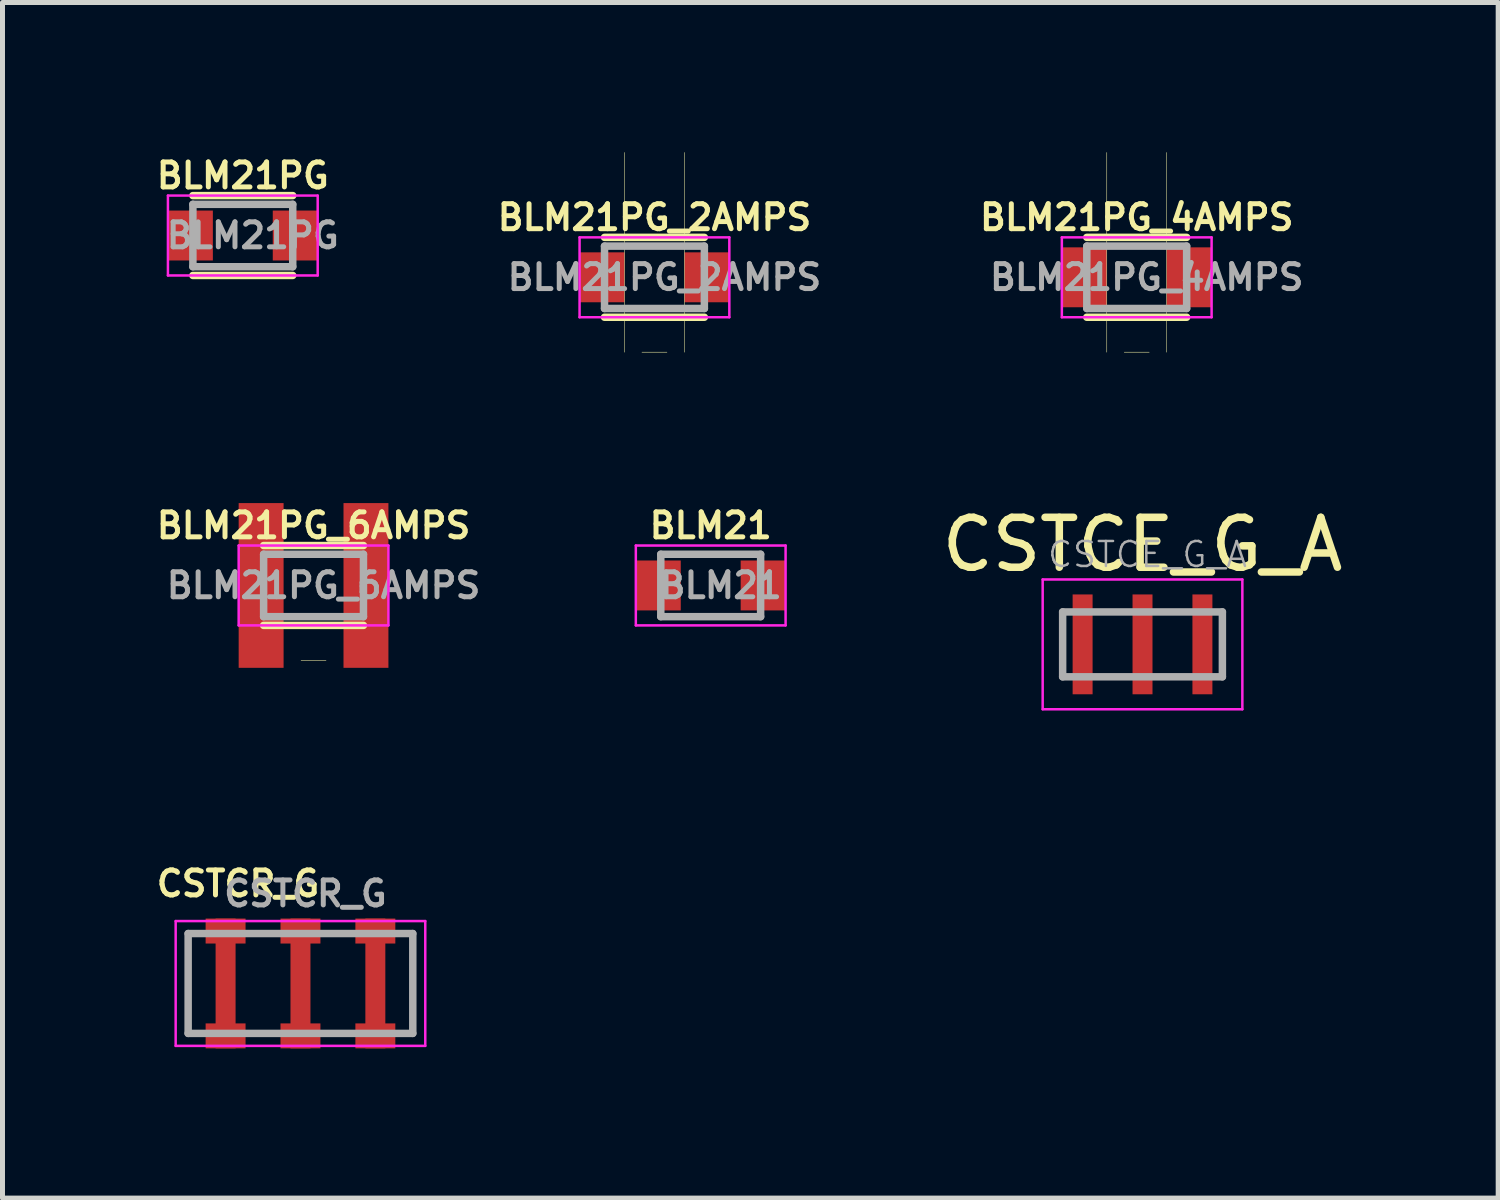
<source format=kicad_pcb>
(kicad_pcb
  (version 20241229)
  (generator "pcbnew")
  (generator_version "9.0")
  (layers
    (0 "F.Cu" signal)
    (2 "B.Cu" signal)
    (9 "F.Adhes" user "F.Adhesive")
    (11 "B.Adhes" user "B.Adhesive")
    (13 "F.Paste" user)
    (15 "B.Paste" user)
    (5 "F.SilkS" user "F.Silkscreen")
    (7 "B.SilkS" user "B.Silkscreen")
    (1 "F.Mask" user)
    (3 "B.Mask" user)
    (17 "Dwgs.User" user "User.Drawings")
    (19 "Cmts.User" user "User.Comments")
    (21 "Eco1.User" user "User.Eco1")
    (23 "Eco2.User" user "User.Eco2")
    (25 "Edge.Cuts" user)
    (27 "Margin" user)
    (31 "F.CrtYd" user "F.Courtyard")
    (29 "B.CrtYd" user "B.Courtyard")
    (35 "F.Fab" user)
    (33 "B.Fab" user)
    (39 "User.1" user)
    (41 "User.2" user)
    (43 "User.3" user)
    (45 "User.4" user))
  (footprint "BLM21PG_4AMPS"
    (layer "F.Cu")
    (at 19.721 2.505)
    (property "Reference" "BLM21PG_4AMPS" (at 0 -1.2 0) (layer "F.SilkS") (effects (font (size 0.5 0.5) (thickness 0.1))))
    (attr smd)
    (fp_line (start -1 0.8) (end 1 0.8) (stroke (width 0.15) (type solid)) (layer "F.SilkS"))
    (fp_line (start -0.6 -2.5) (end -0.6 1.5) (stroke (width 0.01) (type solid)) (layer "F.SilkS"))
    (fp_line (start -0.25 1.5) (end 0.25 1.5) (stroke (width 0.01) (type solid)) (layer "F.SilkS"))
    (fp_line (start 0.6 1.5) (end 0.6 -2.5) (stroke (width 0.01) (type solid)) (layer "F.SilkS"))
    (fp_line (start 1 -0.8) (end -1 -0.8) (stroke (width 0.15) (type solid)) (layer "F.SilkS"))
    (fp_line (start -1.5 -0.8) (end -1.5 0.8) (stroke (width 0.05) (type solid)) (layer "F.CrtYd"))
    (fp_line (start -1.5 -0.8) (end 1.5 -0.8) (stroke (width 0.05) (type solid)) (layer "F.CrtYd"))
    (fp_line (start -1.5 0.8) (end 1.5 0.8) (stroke (width 0.05) (type solid)) (layer "F.CrtYd"))
    (fp_line (start 1.5 -0.8) (end 1.5 0.8) (stroke (width 0.05) (type solid)) (layer "F.CrtYd"))
    (fp_line (start -1 -0.625) (end -1 0.625) (stroke (width 0.15) (type solid)) (layer "F.Fab"))
    (fp_line (start -1 0.625) (end 1 0.625) (stroke (width 0.15) (type solid)) (layer "F.Fab"))
    (fp_line (start 1 -0.625) (end -1 -0.625) (stroke (width 0.15) (type solid)) (layer "F.Fab"))
    (fp_line (start 1 0.625) (end 1 -0.625) (stroke (width 0.15) (type solid)) (layer "F.Fab"))
    (fp_text user "${REFERENCE}" (at 0.2 0 0) (layer "F.Fab") (effects (font (size 0.5 0.5) (thickness 0.1))))
    (pad "1" smd rect (at -1.05 0) (size 0.9 1.2) (layers "F.Cu" "F.Mask" "F.Paste"))
    (pad "2" smd rect (at 1.05 0) (size 0.9 1.2) (layers "F.Cu" "F.Mask" "F.Paste")))
  (footprint "BLM21PG"
    (layer "F.Cu")
    (at 1.814 1.668)
    (property "Reference" "BLM21PG" (at 0 -1.2 0) (layer "F.SilkS") (effects (font (size 0.5 0.5) (thickness 0.1))))
    (attr smd)
    (fp_line (start -1 0.8) (end 1 0.8) (stroke (width 0.15) (type solid)) (layer "F.SilkS"))
    (fp_line (start 1 -0.8) (end -1 -0.8) (stroke (width 0.15) (type solid)) (layer "F.SilkS"))
    (fp_line (start -1.5 -0.8) (end -1.5 0.8) (stroke (width 0.05) (type solid)) (layer "F.CrtYd"))
    (fp_line (start -1.5 -0.8) (end 1.5 -0.8) (stroke (width 0.05) (type solid)) (layer "F.CrtYd"))
    (fp_line (start -1.5 0.8) (end 1.5 0.8) (stroke (width 0.05) (type solid)) (layer "F.CrtYd"))
    (fp_line (start 1.5 -0.8) (end 1.5 0.8) (stroke (width 0.05) (type solid)) (layer "F.CrtYd"))
    (fp_line (start -1 -0.625) (end -1 0.625) (stroke (width 0.15) (type solid)) (layer "F.Fab"))
    (fp_line (start -1 0.625) (end 1 0.625) (stroke (width 0.15) (type solid)) (layer "F.Fab"))
    (fp_line (start 1 -0.625) (end -1 -0.625) (stroke (width 0.15) (type solid)) (layer "F.Fab"))
    (fp_line (start 1 0.625) (end 1 -0.625) (stroke (width 0.15) (type solid)) (layer "F.Fab"))
    (fp_text user "${REFERENCE}" (at 0.2 0 0) (layer "F.Fab") (effects (font (size 0.5 0.5) (thickness 0.1))))
    (pad "1" smd rect (at -1.05 0) (size 0.9 1) (layers "F.Cu" "F.Mask" "F.Paste"))
    (pad "2" smd rect (at 1.05 0) (size 0.9 1) (layers "F.Cu" "F.Mask" "F.Paste")))
  (footprint "CSTCE_G_A"
    (layer "F.Cu")
    (at 19.837 9.858)
    (property "Reference" "CSTCE_G_A" (at 0 -2 0) (layer "F.SilkS") (effects (font (size 1 1) (thickness 0.15))))
    (attr smd)
    (fp_line (start -2 -1.3) (end 2 -1.3) (stroke (width 0.05) (type solid)) (layer "F.CrtYd"))
    (fp_line (start -2 1.3) (end -2 -1.3) (stroke (width 0.05) (type solid)) (layer "F.CrtYd"))
    (fp_line (start 2 -1.3) (end 2 1.3) (stroke (width 0.05) (type solid)) (layer "F.CrtYd"))
    (fp_line (start 2 1.3) (end -2 1.3) (stroke (width 0.05) (type solid)) (layer "F.CrtYd"))
    (fp_line (start -1.6 -0.65) (end 1.6 -0.65) (stroke (width 0.15) (type solid)) (layer "F.Fab"))
    (fp_line (start -1.6 0.65) (end -1.6 -0.65) (stroke (width 0.15) (type solid)) (layer "F.Fab"))
    (fp_line (start 1.6 -0.65) (end 1.6 0.65) (stroke (width 0.15) (type solid)) (layer "F.Fab"))
    (fp_line (start 1.6 0.65) (end -1.6 0.65) (stroke (width 0.15) (type solid)) (layer "F.Fab"))
    (fp_text user "${REFERENCE}" (at 0.1 -1.8 0) (layer "F.Fab") (effects (font (size 0.5 0.5) (thickness 0.05))))
    (pad "1" smd rect (at -1.2 0) (size 0.4 2) (layers "F.Cu" "F.Mask" "F.Paste"))
    (pad "2" smd rect (at 0 0) (size 0.4 2) (layers "F.Cu" "F.Mask" "F.Paste"))
    (pad "3" smd rect (at 1.2 0) (size 0.4 2) (layers "F.Cu" "F.Mask" "F.Paste")))
  (footprint "BLM21PG_2AMPS"
    (layer "F.Cu")
    (at 10.06 2.505)
    (property "Reference" "BLM21PG_2AMPS" (at 0 -1.2 0) (layer "F.SilkS") (effects (font (size 0.5 0.5) (thickness 0.1))))
    (attr smd)
    (fp_line (start -1 0.8) (end 1 0.8) (stroke (width 0.15) (type solid)) (layer "F.SilkS"))
    (fp_line (start -0.6 -2.5) (end -0.6 1.5) (stroke (width 0.01) (type solid)) (layer "F.SilkS"))
    (fp_line (start -0.25 1.5) (end 0.25 1.5) (stroke (width 0.01) (type solid)) (layer "F.SilkS"))
    (fp_line (start 0.6 1.5) (end 0.6 -2.5) (stroke (width 0.01) (type solid)) (layer "F.SilkS"))
    (fp_line (start 1 -0.8) (end -1 -0.8) (stroke (width 0.15) (type solid)) (layer "F.SilkS"))
    (fp_line (start -1.5 -0.8) (end -1.5 0.8) (stroke (width 0.05) (type solid)) (layer "F.CrtYd"))
    (fp_line (start -1.5 -0.8) (end 1.5 -0.8) (stroke (width 0.05) (type solid)) (layer "F.CrtYd"))
    (fp_line (start -1.5 0.8) (end 1.5 0.8) (stroke (width 0.05) (type solid)) (layer "F.CrtYd"))
    (fp_line (start 1.5 -0.8) (end 1.5 0.8) (stroke (width 0.05) (type solid)) (layer "F.CrtYd"))
    (fp_line (start -1 -0.625) (end -1 0.625) (stroke (width 0.15) (type solid)) (layer "F.Fab"))
    (fp_line (start -1 0.625) (end 1 0.625) (stroke (width 0.15) (type solid)) (layer "F.Fab"))
    (fp_line (start 1 -0.625) (end -1 -0.625) (stroke (width 0.15) (type solid)) (layer "F.Fab"))
    (fp_line (start 1 0.625) (end 1 -0.625) (stroke (width 0.15) (type solid)) (layer "F.Fab"))
    (fp_text user "${REFERENCE}" (at 0.2 0 0) (layer "F.Fab") (effects (font (size 0.5 0.5) (thickness 0.1))))
    (pad "1" smd rect (at -1.05 0) (size 0.9 1) (layers "F.Cu" "F.Mask" "F.Paste"))
    (pad "2" smd rect (at 1.05 0) (size 0.9 1) (layers "F.Cu" "F.Mask" "F.Paste")))
  (footprint "CSTCR_G"
    (layer "F.Cu")
    (at 2.969 16.651)
    (property "Reference" "CSTCR_G" (at -1.25 -2 0) (layer "F.SilkS") (effects (font (size 0.5 0.5) (thickness 0.1))))
    (attr smd)
    (fp_line (start -2.5 -1.25) (end 2.5 -1.25) (stroke (width 0.05) (type solid)) (layer "F.CrtYd"))
    (fp_line (start -2.5 1.25) (end -2.5 -1.25) (stroke (width 0.05) (type solid)) (layer "F.CrtYd"))
    (fp_line (start 2.5 -1.25) (end 2.5 1.25) (stroke (width 0.05) (type solid)) (layer "F.CrtYd"))
    (fp_line (start 2.5 1.25) (end -2.5 1.25) (stroke (width 0.05) (type solid)) (layer "F.CrtYd"))
    (fp_line (start -2.25 -1) (end 2.25 -1) (stroke (width 0.15) (type solid)) (layer "F.Fab"))
    (fp_line (start -2.25 1) (end -2.25 -1) (stroke (width 0.15) (type solid)) (layer "F.Fab"))
    (fp_line (start 2.25 -1) (end 2.25 1) (stroke (width 0.15) (type solid)) (layer "F.Fab"))
    (fp_line (start 2.25 1) (end -2.25 1) (stroke (width 0.15) (type solid)) (layer "F.Fab"))
    (fp_text user "${REFERENCE}" (at 0.1 -1.8 0) (layer "F.Fab") (effects (font (size 0.5 0.5) (thickness 0.1))))
    (pad "1" smd rect (at -1.5 -1.05) (size 0.8 0.5) (layers "F.Cu" "F.Mask" "F.Paste"))
    (pad "1" smd rect (at -1.5 0) (size 0.4 2.6) (layers "F.Cu" "F.Mask" "F.Paste"))
    (pad "1" smd rect (at -1.5 1.05) (size 0.8 0.5) (layers "F.Cu" "F.Mask" "F.Paste"))
    (pad "2" smd rect (at 0 -1.05) (size 0.8 0.5) (layers "F.Cu" "F.Mask" "F.Paste"))
    (pad "2" smd rect (at 0 0) (size 0.4 2.6) (layers "F.Cu" "F.Mask" "F.Paste"))
    (pad "2" smd rect (at 0 1.05) (size 0.8 0.5) (layers "F.Cu" "F.Mask" "F.Paste"))
    (pad "3" smd rect (at 1.5 -1.05) (size 0.8 0.5) (layers "F.Cu" "F.Mask" "F.Paste"))
    (pad "3" smd rect (at 1.5 0) (size 0.4 2.6) (layers "F.Cu" "F.Mask" "F.Paste"))
    (pad "3" smd rect (at 1.5 1.05) (size 0.8 0.5) (layers "F.Cu" "F.Mask" "F.Paste")))
  (footprint "BLM21PG_6AMPS"
    (layer "F.Cu")
    (at 3.231 8.678)
    (property "Reference" "BLM21PG_6AMPS" (at 0 -1.2 0) (layer "F.SilkS") (effects (font (size 0.5 0.5) (thickness 0.1))))
    (attr smd)
    (fp_line (start -1 0.8) (end 1 0.8) (stroke (width 0.15) (type solid)) (layer "F.SilkS"))
    (fp_line (start -0.25 1.5) (end 0.25 1.5) (stroke (width 0.01) (type solid)) (layer "F.SilkS"))
    (fp_line (start 1 -0.8) (end -1 -0.8) (stroke (width 0.15) (type solid)) (layer "F.SilkS"))
    (fp_line (start -1.5 -0.8) (end -1.5 0.8) (stroke (width 0.05) (type solid)) (layer "F.CrtYd"))
    (fp_line (start -1.5 -0.8) (end 1.5 -0.8) (stroke (width 0.05) (type solid)) (layer "F.CrtYd"))
    (fp_line (start -1.5 0.8) (end 1.5 0.8) (stroke (width 0.05) (type solid)) (layer "F.CrtYd"))
    (fp_line (start 1.5 -0.8) (end 1.5 0.8) (stroke (width 0.05) (type solid)) (layer "F.CrtYd"))
    (fp_line (start -1 -0.625) (end -1 0.625) (stroke (width 0.15) (type solid)) (layer "F.Fab"))
    (fp_line (start -1 0.625) (end 1 0.625) (stroke (width 0.15) (type solid)) (layer "F.Fab"))
    (fp_line (start 1 -0.625) (end -1 -0.625) (stroke (width 0.15) (type solid)) (layer "F.Fab"))
    (fp_line (start 1 0.625) (end 1 -0.625) (stroke (width 0.15) (type solid)) (layer "F.Fab"))
    (fp_text user "${REFERENCE}" (at 0.2 0 0) (layer "F.Fab") (effects (font (size 0.5 0.5) (thickness 0.1))))
    (pad "1" smd rect (at -1.05 0) (size 0.9 3.3) (layers "F.Cu" "F.Mask" "F.Paste"))
    (pad "2" smd rect (at 1.05 0) (size 0.9 3.3) (layers "F.Cu" "F.Mask" "F.Paste")))
  (footprint "BLM21"
    (layer "F.Cu")
    (at 11.187 8.678)
    (property "Reference" "BLM21" (at 0 -1.2 0) (layer "F.SilkS") (effects (font (size 0.5 0.5) (thickness 0.1))))
    (attr smd)
    (fp_line (start -1.5 -0.8) (end -1.5 0.8) (stroke (width 0.05) (type solid)) (layer "F.CrtYd"))
    (fp_line (start -1.5 -0.8) (end 1.5 -0.8) (stroke (width 0.05) (type solid)) (layer "F.CrtYd"))
    (fp_line (start -1.5 0.8) (end 1.5 0.8) (stroke (width 0.05) (type solid)) (layer "F.CrtYd"))
    (fp_line (start 1.5 -0.8) (end 1.5 0.8) (stroke (width 0.05) (type solid)) (layer "F.CrtYd"))
    (fp_line (start -1 -0.625) (end -1 0.625) (stroke (width 0.15) (type solid)) (layer "F.Fab"))
    (fp_line (start -1 0.625) (end 1 0.625) (stroke (width 0.15) (type solid)) (layer "F.Fab"))
    (fp_line (start 1 -0.625) (end -1 -0.625) (stroke (width 0.15) (type solid)) (layer "F.Fab"))
    (fp_line (start 1 0.625) (end 1 -0.625) (stroke (width 0.15) (type solid)) (layer "F.Fab"))
    (fp_text user "${REFERENCE}" (at 0.2 0 0) (layer "F.Fab") (effects (font (size 0.5 0.5) (thickness 0.1))))
    (pad "1" smd rect (at -1.05 0) (size 0.9 1) (layers "F.Cu" "F.Mask" "F.Paste"))
    (pad "2" smd rect (at 1.05 0) (size 0.9 1) (layers "F.Cu" "F.Mask" "F.Paste")))
  (gr_rect
    (start -3 -3)
    (end 26.962 20.951)
    (stroke (width 0.1) (type default))
    (fill no)
    (layer "Edge.Cuts")))
</source>
